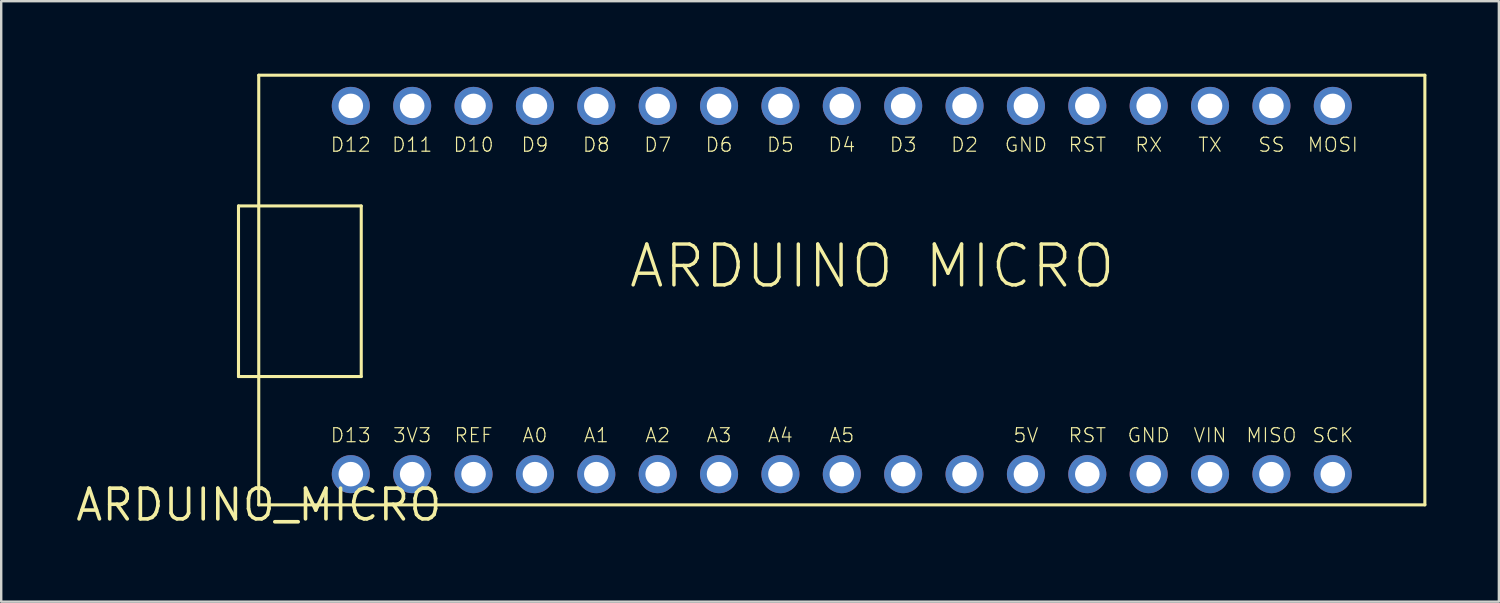
<source format=kicad_pcb>
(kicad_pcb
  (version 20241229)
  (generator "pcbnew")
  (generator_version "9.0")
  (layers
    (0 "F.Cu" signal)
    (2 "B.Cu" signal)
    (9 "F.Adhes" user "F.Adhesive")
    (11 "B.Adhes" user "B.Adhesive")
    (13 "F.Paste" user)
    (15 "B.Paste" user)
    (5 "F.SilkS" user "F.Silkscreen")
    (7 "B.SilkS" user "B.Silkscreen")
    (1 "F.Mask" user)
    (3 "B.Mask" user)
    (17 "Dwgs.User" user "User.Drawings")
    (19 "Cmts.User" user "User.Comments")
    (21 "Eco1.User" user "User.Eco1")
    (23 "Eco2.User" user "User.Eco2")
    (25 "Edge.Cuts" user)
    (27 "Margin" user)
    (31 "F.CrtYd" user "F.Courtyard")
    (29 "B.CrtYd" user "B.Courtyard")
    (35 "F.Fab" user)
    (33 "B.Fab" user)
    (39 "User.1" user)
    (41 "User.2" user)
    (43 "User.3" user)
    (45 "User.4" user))
  (footprint "ARDUINO_MICRO"
    (layer "F.Cu")
    (at 7.658 17.843)
    (property "Reference" "ARDUINO_MICRO" (at 0 0 0) (layer "F.SilkS") (effects (font (size 1.27 1.27) (thickness 0.15))))
    (attr through_hole)
    (fp_line (start -0.838 -12.37) (end -0.838 -5.309) (stroke (width 0.127) (type solid)) (layer "F.SilkS"))
    (fp_line (start -0.838 -5.309) (end 4.242 -5.309) (stroke (width 0.127) (type solid)) (layer "F.SilkS"))
    (fp_line (start 0 -17.78) (end 48.26 -17.78) (stroke (width 0.127) (type solid)) (layer "F.SilkS"))
    (fp_line (start 0 0) (end 0 -17.78) (stroke (width 0.127) (type solid)) (layer "F.SilkS"))
    (fp_line (start 4.242 -12.37) (end -0.838 -12.37) (stroke (width 0.127) (type solid)) (layer "F.SilkS"))
    (fp_line (start 4.242 -5.309) (end 4.242 -12.37) (stroke (width 0.127) (type solid)) (layer "F.SilkS"))
    (fp_line (start 48.26 -17.78) (end 48.26 0) (stroke (width 0.127) (type solid)) (layer "F.SilkS"))
    (fp_line (start 48.26 0) (end 0 0) (stroke (width 0.127) (type solid)) (layer "F.SilkS"))
    (fp_poly (pts (xy 3.556 -16.256) (xy 4.064 -16.256) (xy 4.064 -16.764) (xy 3.556 -16.764)) (stroke (width 0.1) (type solid)) (fill no) (layer "F.Fab"))
    (fp_poly (pts (xy 3.556 -1.016) (xy 4.064 -1.016) (xy 4.064 -1.524) (xy 3.556 -1.524)) (stroke (width 0.1) (type solid)) (fill no) (layer "F.Fab"))
    (fp_poly (pts (xy 6.096 -16.256) (xy 6.604 -16.256) (xy 6.604 -16.764) (xy 6.096 -16.764)) (stroke (width 0.1) (type solid)) (fill no) (layer "F.Fab"))
    (fp_poly (pts (xy 6.096 -1.016) (xy 6.604 -1.016) (xy 6.604 -1.524) (xy 6.096 -1.524)) (stroke (width 0.1) (type solid)) (fill no) (layer "F.Fab"))
    (fp_poly (pts (xy 8.636 -16.256) (xy 9.144 -16.256) (xy 9.144 -16.764) (xy 8.636 -16.764)) (stroke (width 0.1) (type solid)) (fill no) (layer "F.Fab"))
    (fp_poly (pts (xy 8.636 -1.016) (xy 9.144 -1.016) (xy 9.144 -1.524) (xy 8.636 -1.524)) (stroke (width 0.1) (type solid)) (fill no) (layer "F.Fab"))
    (fp_poly (pts (xy 11.176 -16.256) (xy 11.684 -16.256) (xy 11.684 -16.764) (xy 11.176 -16.764)) (stroke (width 0.1) (type solid)) (fill no) (layer "F.Fab"))
    (fp_poly (pts (xy 11.176 -1.016) (xy 11.684 -1.016) (xy 11.684 -1.524) (xy 11.176 -1.524)) (stroke (width 0.1) (type solid)) (fill no) (layer "F.Fab"))
    (fp_poly (pts (xy 13.716 -16.256) (xy 14.224 -16.256) (xy 14.224 -16.764) (xy 13.716 -16.764)) (stroke (width 0.1) (type solid)) (fill no) (layer "F.Fab"))
    (fp_poly (pts (xy 13.716 -1.016) (xy 14.224 -1.016) (xy 14.224 -1.524) (xy 13.716 -1.524)) (stroke (width 0.1) (type solid)) (fill no) (layer "F.Fab"))
    (fp_poly (pts (xy 16.256 -16.256) (xy 16.764 -16.256) (xy 16.764 -16.764) (xy 16.256 -16.764)) (stroke (width 0.1) (type solid)) (fill no) (layer "F.Fab"))
    (fp_poly (pts (xy 16.256 -1.016) (xy 16.764 -1.016) (xy 16.764 -1.524) (xy 16.256 -1.524)) (stroke (width 0.1) (type solid)) (fill no) (layer "F.Fab"))
    (fp_poly (pts (xy 18.796 -16.256) (xy 19.304 -16.256) (xy 19.304 -16.764) (xy 18.796 -16.764)) (stroke (width 0.1) (type solid)) (fill no) (layer "F.Fab"))
    (fp_poly (pts (xy 18.796 -1.016) (xy 19.304 -1.016) (xy 19.304 -1.524) (xy 18.796 -1.524)) (stroke (width 0.1) (type solid)) (fill no) (layer "F.Fab"))
    (fp_poly (pts (xy 21.336 -16.256) (xy 21.844 -16.256) (xy 21.844 -16.764) (xy 21.336 -16.764)) (stroke (width 0.1) (type solid)) (fill no) (layer "F.Fab"))
    (fp_poly (pts (xy 21.336 -1.016) (xy 21.844 -1.016) (xy 21.844 -1.524) (xy 21.336 -1.524)) (stroke (width 0.1) (type solid)) (fill no) (layer "F.Fab"))
    (fp_poly (pts (xy 23.876 -16.256) (xy 24.384 -16.256) (xy 24.384 -16.764) (xy 23.876 -16.764)) (stroke (width 0.1) (type solid)) (fill no) (layer "F.Fab"))
    (fp_poly (pts (xy 23.876 -1.016) (xy 24.384 -1.016) (xy 24.384 -1.524) (xy 23.876 -1.524)) (stroke (width 0.1) (type solid)) (fill no) (layer "F.Fab"))
    (fp_poly (pts (xy 26.416 -16.256) (xy 26.924 -16.256) (xy 26.924 -16.764) (xy 26.416 -16.764)) (stroke (width 0.1) (type solid)) (fill no) (layer "F.Fab"))
    (fp_poly (pts (xy 26.416 -1.016) (xy 26.924 -1.016) (xy 26.924 -1.524) (xy 26.416 -1.524)) (stroke (width 0.1) (type solid)) (fill no) (layer "F.Fab"))
    (fp_poly (pts (xy 28.956 -16.256) (xy 29.464 -16.256) (xy 29.464 -16.764) (xy 28.956 -16.764)) (stroke (width 0.1) (type solid)) (fill no) (layer "F.Fab"))
    (fp_poly (pts (xy 28.956 -1.016) (xy 29.464 -1.016) (xy 29.464 -1.524) (xy 28.956 -1.524)) (stroke (width 0.1) (type solid)) (fill no) (layer "F.Fab"))
    (fp_poly (pts (xy 31.496 -16.256) (xy 32.004 -16.256) (xy 32.004 -16.764) (xy 31.496 -16.764)) (stroke (width 0.1) (type solid)) (fill no) (layer "F.Fab"))
    (fp_poly (pts (xy 31.496 -1.016) (xy 32.004 -1.016) (xy 32.004 -1.524) (xy 31.496 -1.524)) (stroke (width 0.1) (type solid)) (fill no) (layer "F.Fab"))
    (fp_poly (pts (xy 34.036 -16.256) (xy 34.544 -16.256) (xy 34.544 -16.764) (xy 34.036 -16.764)) (stroke (width 0.1) (type solid)) (fill no) (layer "F.Fab"))
    (fp_poly (pts (xy 34.036 -1.016) (xy 34.544 -1.016) (xy 34.544 -1.524) (xy 34.036 -1.524)) (stroke (width 0.1) (type solid)) (fill no) (layer "F.Fab"))
    (fp_poly (pts (xy 36.576 -16.256) (xy 37.084 -16.256) (xy 37.084 -16.764) (xy 36.576 -16.764)) (stroke (width 0.1) (type solid)) (fill no) (layer "F.Fab"))
    (fp_poly (pts (xy 36.576 -1.016) (xy 37.084 -1.016) (xy 37.084 -1.524) (xy 36.576 -1.524)) (stroke (width 0.1) (type solid)) (fill no) (layer "F.Fab"))
    (fp_poly (pts (xy 39.116 -16.256) (xy 39.624 -16.256) (xy 39.624 -16.764) (xy 39.116 -16.764)) (stroke (width 0.1) (type solid)) (fill no) (layer "F.Fab"))
    (fp_poly (pts (xy 39.116 -1.016) (xy 39.624 -1.016) (xy 39.624 -1.524) (xy 39.116 -1.524)) (stroke (width 0.1) (type solid)) (fill no) (layer "F.Fab"))
    (fp_poly (pts (xy 41.656 -16.256) (xy 42.164 -16.256) (xy 42.164 -16.764) (xy 41.656 -16.764)) (stroke (width 0.1) (type solid)) (fill no) (layer "F.Fab"))
    (fp_poly (pts (xy 41.656 -1.016) (xy 42.164 -1.016) (xy 42.164 -1.524) (xy 41.656 -1.524)) (stroke (width 0.1) (type solid)) (fill no) (layer "F.Fab"))
    (fp_poly (pts (xy 44.196 -16.256) (xy 44.704 -16.256) (xy 44.704 -16.764) (xy 44.196 -16.764)) (stroke (width 0.1) (type solid)) (fill no) (layer "F.Fab"))
    (fp_poly (pts (xy 44.196 -1.016) (xy 44.704 -1.016) (xy 44.704 -1.524) (xy 44.196 -1.524)) (stroke (width 0.1) (type solid)) (fill no) (layer "F.Fab"))
    (fp_text user "D5" (at 21.59 -15.24 0) (layer "F.SilkS") (effects (font (size 0.579 0.579) (thickness 0.049)) (justify top)))
    (fp_text user "A1" (at 13.97 -2.54 0) (layer "F.SilkS") (effects (font (size 0.579 0.579) (thickness 0.049)) (justify bottom)))
    (fp_text user "A5" (at 24.13 -2.54 0) (layer "F.SilkS") (effects (font (size 0.579 0.579) (thickness 0.049)) (justify bottom)))
    (fp_text user "ARDUINO MICRO" (at 15.24 -8.89 0) (layer "F.SilkS") (effects (font (size 1.689 1.689) (thickness 0.142)) (justify left bottom)))
    (fp_text user "RST" (at 34.29 -2.54 0) (layer "F.SilkS") (effects (font (size 0.579 0.579) (thickness 0.049)) (justify bottom)))
    (fp_text user "3V3" (at 6.35 -2.54 0) (layer "F.SilkS") (effects (font (size 0.579 0.579) (thickness 0.049)) (justify bottom)))
    (fp_text user "A4" (at 21.59 -2.54 0) (layer "F.SilkS") (effects (font (size 0.579 0.579) (thickness 0.049)) (justify bottom)))
    (fp_text user "D6" (at 19.05 -15.24 0) (layer "F.SilkS") (effects (font (size 0.579 0.579) (thickness 0.049)) (justify top)))
    (fp_text user "A0" (at 11.43 -2.54 0) (layer "F.SilkS") (effects (font (size 0.579 0.579) (thickness 0.049)) (justify bottom)))
    (fp_text user "D13" (at 3.81 -2.54 0) (layer "F.SilkS") (effects (font (size 0.579 0.579) (thickness 0.049)) (justify bottom)))
    (fp_text user "D8" (at 13.97 -15.24 0) (layer "F.SilkS") (effects (font (size 0.579 0.579) (thickness 0.049)) (justify top)))
    (fp_text user "D7" (at 16.51 -15.24 0) (layer "F.SilkS") (effects (font (size 0.579 0.579) (thickness 0.049)) (justify top)))
    (fp_text user "D2" (at 29.21 -15.24 0) (layer "F.SilkS") (effects (font (size 0.579 0.579) (thickness 0.049)) (justify top)))
    (fp_text user "GND" (at 36.83 -2.54 0) (layer "F.SilkS") (effects (font (size 0.579 0.579) (thickness 0.049)) (justify bottom)))
    (fp_text user "TX" (at 39.37 -15.24 0) (layer "F.SilkS") (effects (font (size 0.579 0.579) (thickness 0.049)) (justify top)))
    (fp_text user "MOSI" (at 44.45 -15.24 0) (layer "F.SilkS") (effects (font (size 0.579 0.579) (thickness 0.049)) (justify top)))
    (fp_text user "SS" (at 41.91 -15.24 0) (layer "F.SilkS") (effects (font (size 0.579 0.579) (thickness 0.049)) (justify top)))
    (fp_text user "MISO" (at 41.91 -2.54 0) (layer "F.SilkS") (effects (font (size 0.579 0.579) (thickness 0.049)) (justify bottom)))
    (fp_text user "D3" (at 26.67 -15.24 0) (layer "F.SilkS") (effects (font (size 0.579 0.579) (thickness 0.049)) (justify top)))
    (fp_text user "D4" (at 24.13 -15.24 0) (layer "F.SilkS") (effects (font (size 0.579 0.579) (thickness 0.049)) (justify top)))
    (fp_text user "VIN" (at 39.37 -2.54 0) (layer "F.SilkS") (effects (font (size 0.579 0.579) (thickness 0.049)) (justify bottom)))
    (fp_text user "D11" (at 6.35 -15.24 0) (layer "F.SilkS") (effects (font (size 0.579 0.579) (thickness 0.049)) (justify top)))
    (fp_text user "RST" (at 34.29 -15.24 0) (layer "F.SilkS") (effects (font (size 0.579 0.579) (thickness 0.049)) (justify top)))
    (fp_text user "RX" (at 36.83 -15.24 0) (layer "F.SilkS") (effects (font (size 0.579 0.579) (thickness 0.049)) (justify top)))
    (fp_text user "GND" (at 31.75 -15.24 0) (layer "F.SilkS") (effects (font (size 0.579 0.579) (thickness 0.049)) (justify top)))
    (fp_text user "5V" (at 31.75 -2.54 0) (layer "F.SilkS") (effects (font (size 0.579 0.579) (thickness 0.049)) (justify bottom)))
    (fp_text user "D10" (at 8.89 -15.24 0) (layer "F.SilkS") (effects (font (size 0.579 0.579) (thickness 0.049)) (justify top)))
    (fp_text user "REF" (at 8.89 -2.54 0) (layer "F.SilkS") (effects (font (size 0.579 0.579) (thickness 0.049)) (justify bottom)))
    (fp_text user "SCK" (at 44.45 -2.54 0) (layer "F.SilkS") (effects (font (size 0.579 0.579) (thickness 0.049)) (justify bottom)))
    (fp_text user "A3" (at 19.05 -2.54 0) (layer "F.SilkS") (effects (font (size 0.579 0.579) (thickness 0.049)) (justify bottom)))
    (fp_text user "A2" (at 16.51 -2.54 0) (layer "F.SilkS") (effects (font (size 0.579 0.579) (thickness 0.049)) (justify bottom)))
    (fp_text user "D9" (at 11.43 -15.24 0) (layer "F.SilkS") (effects (font (size 0.579 0.579) (thickness 0.049)) (justify top)))
    (fp_text user "D12" (at 3.81 -15.24 0) (layer "F.SilkS") (effects (font (size 0.579 0.579) (thickness 0.049)) (justify top)))
    (pad "+5V" thru_hole circle (at 31.75 -1.27 90) (size 1.575 1.575) (drill 1.016) (layers "*.Cu" "*.Mask"))
    (pad "3V3" thru_hole circle (at 6.35 -1.27 90) (size 1.575 1.575) (drill 1.016) (layers "*.Cu" "*.Mask"))
    (pad "A0" thru_hole circle (at 11.43 -1.27 90) (size 1.575 1.575) (drill 1.016) (layers "*.Cu" "*.Mask"))
    (pad "A1" thru_hole circle (at 13.97 -1.27 90) (size 1.575 1.575) (drill 1.016) (layers "*.Cu" "*.Mask"))
    (pad "A2" thru_hole circle (at 16.51 -1.27 90) (size 1.575 1.575) (drill 1.016) (layers "*.Cu" "*.Mask"))
    (pad "A3" thru_hole circle (at 19.05 -1.27 90) (size 1.575 1.575) (drill 1.016) (layers "*.Cu" "*.Mask"))
    (pad "A4" thru_hole circle (at 21.59 -1.27 90) (size 1.575 1.575) (drill 1.016) (layers "*.Cu" "*.Mask"))
    (pad "A5" thru_hole circle (at 24.13 -1.27 90) (size 1.575 1.575) (drill 1.016) (layers "*.Cu" "*.Mask"))
    (pad "D2" thru_hole circle (at 29.21 -16.51 90) (size 1.575 1.575) (drill 1.016) (layers "*.Cu" "*.Mask"))
    (pad "D3" thru_hole circle (at 26.67 -16.51 90) (size 1.575 1.575) (drill 1.016) (layers "*.Cu" "*.Mask"))
    (pad "D4" thru_hole circle (at 24.13 -16.51 90) (size 1.575 1.575) (drill 1.016) (layers "*.Cu" "*.Mask"))
    (pad "D5" thru_hole circle (at 21.59 -16.51 90) (size 1.575 1.575) (drill 1.016) (layers "*.Cu" "*.Mask"))
    (pad "D6" thru_hole circle (at 19.05 -16.51 90) (size 1.575 1.575) (drill 1.016) (layers "*.Cu" "*.Mask"))
    (pad "D7" thru_hole circle (at 16.51 -16.51 90) (size 1.575 1.575) (drill 1.016) (layers "*.Cu" "*.Mask"))
    (pad "D8" thru_hole circle (at 13.97 -16.51 90) (size 1.575 1.575) (drill 1.016) (layers "*.Cu" "*.Mask"))
    (pad "D9" thru_hole circle (at 11.43 -16.51 90) (size 1.575 1.575) (drill 1.016) (layers "*.Cu" "*.Mask"))
    (pad "D10" thru_hole circle (at 8.89 -16.51 90) (size 1.575 1.575) (drill 1.016) (layers "*.Cu" "*.Mask"))
    (pad "D11" thru_hole circle (at 6.35 -16.51 90) (size 1.575 1.575) (drill 1.016) (layers "*.Cu" "*.Mask"))
    (pad "D12" thru_hole circle (at 3.81 -16.51 90) (size 1.575 1.575) (drill 1.016) (layers "*.Cu" "*.Mask"))
    (pad "D13" thru_hole circle (at 3.81 -1.27 90) (size 1.575 1.575) (drill 1.016) (layers "*.Cu" "*.Mask"))
    (pad "GND" thru_hole circle (at 31.75 -16.51 90) (size 1.575 1.575) (drill 1.016) (layers "*.Cu" "*.Mask"))
    (pad "GND." thru_hole circle (at 36.83 -1.27 90) (size 1.575 1.575) (drill 1.016) (layers "*.Cu" "*.Mask"))
    (pad "MISO]" thru_hole circle (at 41.91 -1.27 90) (size 1.575 1.575) (drill 1.016) (layers "*.Cu" "*.Mask"))
    (pad "MOSI" thru_hole circle (at 44.45 -16.51 90) (size 1.575 1.575) (drill 1.016) (layers "*.Cu" "*.Mask"))
    (pad "NC" thru_hole circle (at 26.67 -1.27 90) (size 1.575 1.575) (drill 1.016) (layers "*.Cu" "*.Mask"))
    (pad "NC." thru_hole circle (at 29.21 -1.27 90) (size 1.575 1.575) (drill 1.016) (layers "*.Cu" "*.Mask"))
    (pad "REF" thru_hole circle (at 8.89 -1.27 90) (size 1.575 1.575) (drill 1.016) (layers "*.Cu" "*.Mask"))
    (pad "RST" thru_hole circle (at 34.29 -16.51 90) (size 1.575 1.575) (drill 1.016) (layers "*.Cu" "*.Mask"))
    (pad "RST." thru_hole circle (at 34.29 -1.27 90) (size 1.575 1.575) (drill 1.016) (layers "*.Cu" "*.Mask"))
    (pad "RX1" thru_hole circle (at 36.83 -16.51 90) (size 1.575 1.575) (drill 1.016) (layers "*.Cu" "*.Mask"))
    (pad "SCK" thru_hole circle (at 44.45 -1.27 90) (size 1.575 1.575) (drill 1.016) (layers "*.Cu" "*.Mask"))
    (pad "SS" thru_hole circle (at 41.91 -16.51 90) (size 1.575 1.575) (drill 1.016) (layers "*.Cu" "*.Mask"))
    (pad "TX1" thru_hole circle (at 39.37 -16.51 90) (size 1.575 1.575) (drill 1.016) (layers "*.Cu" "*.Mask"))
    (pad "VIN" thru_hole circle (at 39.37 -1.27 90) (size 1.575 1.575) (drill 1.016) (layers "*.Cu" "*.Mask")))
  (gr_rect
    (start -3 -3)
    (end 58.981 21.85)
    (stroke (width 0.1) (type default))
    (fill no)
    (layer "Edge.Cuts")))
</source>
